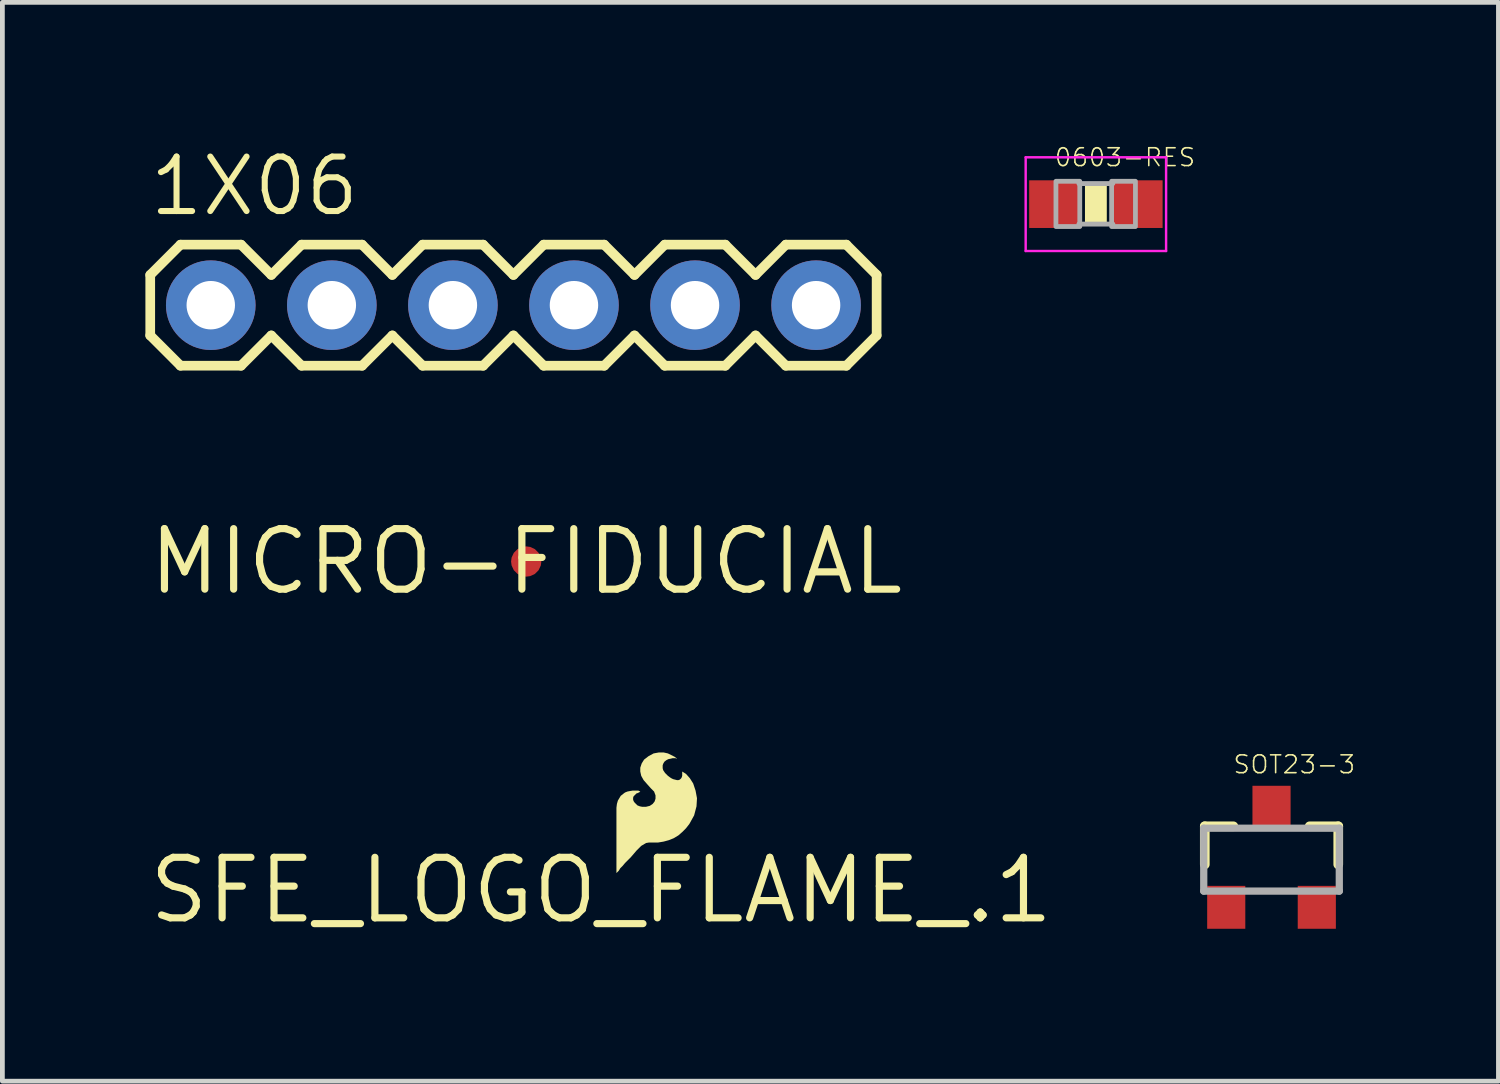
<source format=kicad_pcb>
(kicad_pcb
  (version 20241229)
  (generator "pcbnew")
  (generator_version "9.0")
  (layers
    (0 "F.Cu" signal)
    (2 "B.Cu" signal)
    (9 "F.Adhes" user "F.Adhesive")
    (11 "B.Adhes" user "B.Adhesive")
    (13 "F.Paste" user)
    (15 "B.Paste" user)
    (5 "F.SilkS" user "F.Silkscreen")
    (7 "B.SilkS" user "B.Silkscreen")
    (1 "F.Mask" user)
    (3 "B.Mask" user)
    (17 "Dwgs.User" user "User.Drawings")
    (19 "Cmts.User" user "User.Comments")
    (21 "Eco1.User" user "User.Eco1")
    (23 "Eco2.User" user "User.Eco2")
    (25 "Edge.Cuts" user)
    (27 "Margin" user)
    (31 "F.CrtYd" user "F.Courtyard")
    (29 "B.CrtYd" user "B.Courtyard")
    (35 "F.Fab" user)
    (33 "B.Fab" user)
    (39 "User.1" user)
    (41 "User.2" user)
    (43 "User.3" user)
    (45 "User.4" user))
  (footprint "0603-RES"
    (layer "F.Cu")
    (at 19.942 1.233)
    (property "Reference" "0603-RES" (at -0.889 -0.762 0) (layer "F.SilkS") (effects (font (size 0.374 0.374) (thickness 0.033)) (justify left bottom)))
    (fp_poly (pts (xy -0.229 0.381) (xy 0.229 0.381) (xy 0.229 -0.381) (xy -0.229 -0.381)) (stroke (width 0) (type solid)) (fill yes) (layer "F.SilkS"))
    (fp_poly (pts (xy -0.2 0.3) (xy 0.2 0.3) (xy 0.2 -0.3) (xy -0.2 -0.3)) (stroke (width 0) (type solid)) (fill yes) (layer "F.Adhes"))
    (fp_line (start -1.473 -0.983) (end 1.473 -0.983) (stroke (width 0.051) (type solid)) (layer "F.CrtYd"))
    (fp_line (start -1.473 0.983) (end -1.473 -0.983) (stroke (width 0.051) (type solid)) (layer "F.CrtYd"))
    (fp_line (start 1.473 -0.983) (end 1.473 0.983) (stroke (width 0.051) (type solid)) (layer "F.CrtYd"))
    (fp_line (start 1.473 0.983) (end -1.473 0.983) (stroke (width 0.051) (type solid)) (layer "F.CrtYd"))
    (fp_line (start -0.356 -0.432) (end 0.356 -0.432) (stroke (width 0.102) (type solid)) (layer "F.Fab"))
    (fp_line (start -0.356 0.419) (end 0.356 0.419) (stroke (width 0.102) (type solid)) (layer "F.Fab"))
    (fp_poly (pts (xy -0.838 0.47) (xy -0.338 0.47) (xy -0.338 -0.48) (xy -0.838 -0.48)) (stroke (width 0.1) (type solid)) (fill no) (layer "F.Fab"))
    (fp_poly (pts (xy 0.33 0.47) (xy 0.83 0.47) (xy 0.83 -0.48) (xy 0.33 -0.48)) (stroke (width 0.1) (type solid)) (fill no) (layer "F.Fab"))
    (pad "1" smd rect (at -0.85 0) (size 1.1 1) (layers "F.Cu" "F.Mask" "F.Paste"))
    (pad "2" smd rect (at 0.85 0) (size 1.1 1) (layers "F.Cu" "F.Mask" "F.Paste")))
  (footprint "1X06"
    (layer "F.Cu")
    (at 1.372 3.353)
    (property "Reference" "1X06" (at -1.346 -1.829 0) (layer "F.SilkS") (effects (font (size 1.143 1.143) (thickness 0.127)) (justify left bottom)))
    (fp_line (start -1.27 -0.635) (end -1.27 0.635) (stroke (width 0.203) (type solid)) (layer "F.SilkS"))
    (fp_line (start -1.27 0.635) (end -0.635 1.27) (stroke (width 0.203) (type solid)) (layer "F.SilkS"))
    (fp_line (start -0.635 -1.27) (end -1.27 -0.635) (stroke (width 0.203) (type solid)) (layer "F.SilkS"))
    (fp_line (start -0.635 -1.27) (end 0.635 -1.27) (stroke (width 0.203) (type solid)) (layer "F.SilkS"))
    (fp_line (start 0.635 -1.27) (end 1.27 -0.635) (stroke (width 0.203) (type solid)) (layer "F.SilkS"))
    (fp_line (start 0.635 1.27) (end -0.635 1.27) (stroke (width 0.203) (type solid)) (layer "F.SilkS"))
    (fp_line (start 1.27 -0.635) (end 1.905 -1.27) (stroke (width 0.203) (type solid)) (layer "F.SilkS"))
    (fp_line (start 1.27 0.635) (end 0.635 1.27) (stroke (width 0.203) (type solid)) (layer "F.SilkS"))
    (fp_line (start 1.905 -1.27) (end 3.175 -1.27) (stroke (width 0.203) (type solid)) (layer "F.SilkS"))
    (fp_line (start 1.905 1.27) (end 1.27 0.635) (stroke (width 0.203) (type solid)) (layer "F.SilkS"))
    (fp_line (start 3.175 -1.27) (end 3.81 -0.635) (stroke (width 0.203) (type solid)) (layer "F.SilkS"))
    (fp_line (start 3.175 1.27) (end 1.905 1.27) (stroke (width 0.203) (type solid)) (layer "F.SilkS"))
    (fp_line (start 3.81 -0.635) (end 4.445 -1.27) (stroke (width 0.203) (type solid)) (layer "F.SilkS"))
    (fp_line (start 3.81 0.635) (end 3.175 1.27) (stroke (width 0.203) (type solid)) (layer "F.SilkS"))
    (fp_line (start 4.445 -1.27) (end 5.715 -1.27) (stroke (width 0.203) (type solid)) (layer "F.SilkS"))
    (fp_line (start 4.445 1.27) (end 3.81 0.635) (stroke (width 0.203) (type solid)) (layer "F.SilkS"))
    (fp_line (start 5.715 -1.27) (end 6.35 -0.635) (stroke (width 0.203) (type solid)) (layer "F.SilkS"))
    (fp_line (start 5.715 1.27) (end 4.445 1.27) (stroke (width 0.203) (type solid)) (layer "F.SilkS"))
    (fp_line (start 6.35 0.635) (end 5.715 1.27) (stroke (width 0.203) (type solid)) (layer "F.SilkS"))
    (fp_line (start 6.35 0.635) (end 6.985 1.27) (stroke (width 0.203) (type solid)) (layer "F.SilkS"))
    (fp_line (start 6.985 -1.27) (end 6.35 -0.635) (stroke (width 0.203) (type solid)) (layer "F.SilkS"))
    (fp_line (start 6.985 -1.27) (end 8.255 -1.27) (stroke (width 0.203) (type solid)) (layer "F.SilkS"))
    (fp_line (start 8.255 -1.27) (end 8.89 -0.635) (stroke (width 0.203) (type solid)) (layer "F.SilkS"))
    (fp_line (start 8.255 1.27) (end 6.985 1.27) (stroke (width 0.203) (type solid)) (layer "F.SilkS"))
    (fp_line (start 8.89 -0.635) (end 9.525 -1.27) (stroke (width 0.203) (type solid)) (layer "F.SilkS"))
    (fp_line (start 8.89 0.635) (end 8.255 1.27) (stroke (width 0.203) (type solid)) (layer "F.SilkS"))
    (fp_line (start 9.525 -1.27) (end 10.795 -1.27) (stroke (width 0.203) (type solid)) (layer "F.SilkS"))
    (fp_line (start 9.525 1.27) (end 8.89 0.635) (stroke (width 0.203) (type solid)) (layer "F.SilkS"))
    (fp_line (start 10.795 -1.27) (end 11.43 -0.635) (stroke (width 0.203) (type solid)) (layer "F.SilkS"))
    (fp_line (start 10.795 1.27) (end 9.525 1.27) (stroke (width 0.203) (type solid)) (layer "F.SilkS"))
    (fp_line (start 11.43 -0.635) (end 12.065 -1.27) (stroke (width 0.203) (type solid)) (layer "F.SilkS"))
    (fp_line (start 11.43 0.635) (end 10.795 1.27) (stroke (width 0.203) (type solid)) (layer "F.SilkS"))
    (fp_line (start 12.065 -1.27) (end 13.335 -1.27) (stroke (width 0.203) (type solid)) (layer "F.SilkS"))
    (fp_line (start 12.065 1.27) (end 11.43 0.635) (stroke (width 0.203) (type solid)) (layer "F.SilkS"))
    (fp_line (start 13.335 -1.27) (end 13.97 -0.635) (stroke (width 0.203) (type solid)) (layer "F.SilkS"))
    (fp_line (start 13.335 1.27) (end 12.065 1.27) (stroke (width 0.203) (type solid)) (layer "F.SilkS"))
    (fp_line (start 13.97 -0.635) (end 13.97 0.635) (stroke (width 0.203) (type solid)) (layer "F.SilkS"))
    (fp_line (start 13.97 0.635) (end 13.335 1.27) (stroke (width 0.203) (type solid)) (layer "F.SilkS"))
    (fp_poly (pts (xy -0.254 0.254) (xy 0.254 0.254) (xy 0.254 -0.254) (xy -0.254 -0.254)) (stroke (width 0.1) (type solid)) (fill no) (layer "F.Fab"))
    (fp_poly (pts (xy 2.286 0.254) (xy 2.794 0.254) (xy 2.794 -0.254) (xy 2.286 -0.254)) (stroke (width 0.1) (type solid)) (fill no) (layer "F.Fab"))
    (fp_poly (pts (xy 4.826 0.254) (xy 5.334 0.254) (xy 5.334 -0.254) (xy 4.826 -0.254)) (stroke (width 0.1) (type solid)) (fill no) (layer "F.Fab"))
    (fp_poly (pts (xy 7.366 0.254) (xy 7.874 0.254) (xy 7.874 -0.254) (xy 7.366 -0.254)) (stroke (width 0.1) (type solid)) (fill no) (layer "F.Fab"))
    (fp_poly (pts (xy 9.906 0.254) (xy 10.414 0.254) (xy 10.414 -0.254) (xy 9.906 -0.254)) (stroke (width 0.1) (type solid)) (fill no) (layer "F.Fab"))
    (fp_poly (pts (xy 12.446 0.254) (xy 12.954 0.254) (xy 12.954 -0.254) (xy 12.446 -0.254)) (stroke (width 0.1) (type solid)) (fill no) (layer "F.Fab"))
    (pad "1" thru_hole circle (at 0 0 90) (size 1.88 1.88) (drill 1.016) (layers "*.Cu" "*.Mask"))
    (pad "2" thru_hole circle (at 2.54 0 90) (size 1.88 1.88) (drill 1.016) (layers "*.Cu" "*.Mask"))
    (pad "3" thru_hole circle (at 5.08 0 90) (size 1.88 1.88) (drill 1.016) (layers "*.Cu" "*.Mask"))
    (pad "4" thru_hole circle (at 7.62 0 90) (size 1.88 1.88) (drill 1.016) (layers "*.Cu" "*.Mask"))
    (pad "5" thru_hole circle (at 10.16 0 90) (size 1.88 1.88) (drill 1.016) (layers "*.Cu" "*.Mask"))
    (pad "6" thru_hole circle (at 12.7 0 90) (size 1.88 1.88) (drill 1.016) (layers "*.Cu" "*.Mask")))
  (footprint "SFE_LOGO_FLAME_.1"
    (layer "F.Cu")
    (at 9.563 15.627)
    (property "Reference" "SFE_LOGO_FLAME_.1" (at 0 0 0) (layer "F.SilkS") (effects (font (size 1.27 1.27) (thickness 0.15))))
    (fp_poly (pts (xy 1.4 -2.87) (xy 1.54 -2.8) (xy 1.58 -2.77) (xy 1.59 -2.76) (xy 1.58 -2.76) (xy 1.56 -2.77) (xy 1.5 -2.77) (xy 1.46 -2.76) (xy 1.41 -2.75) (xy 1.37 -2.73) (xy 1.33 -2.7) (xy 1.31 -2.67) (xy 1.3 -2.65) (xy 1.29 -2.62) (xy 1.29 -2.56) (xy 1.3 -2.52) (xy 1.34 -2.46) (xy 1.4 -2.4) (xy 1.44 -2.37) (xy 1.47 -2.35) (xy 1.51 -2.33) (xy 1.59 -2.31) (xy 1.62 -2.31) (xy 1.65 -2.32) (xy 1.68 -2.35) (xy 1.69 -2.37) (xy 1.7 -2.4) (xy 1.7 -2.49) (xy 1.78 -2.44) (xy 1.86 -2.35) (xy 1.93 -2.24) (xy 1.98 -2.09) (xy 2.01 -1.93) (xy 2 -1.76) (xy 1.95 -1.57) (xy 1.85 -1.39) (xy 1.78 -1.3) (xy 1.7 -1.22) (xy 1.62 -1.15) (xy 1.52 -1.09) (xy 1.42 -1.05) (xy 1.31 -1.02) (xy 1.19 -1) (xy 1 -1) (xy 0.94 -0.99) (xy 0.84 -0.93) (xy 0.74 -0.83) (xy 0.62 -0.69) (xy 0.5 -0.57) (xy 0.45 -0.51) (xy 0.4 -0.46) (xy 0.37 -0.41) (xy 0.32 -0.36) (xy 0.32 -1.73) (xy 0.33 -1.81) (xy 0.35 -1.88) (xy 0.41 -1.98) (xy 0.46 -2.02) (xy 0.5 -2.05) (xy 0.55 -2.07) (xy 0.6 -2.08) (xy 0.66 -2.09) (xy 0.78 -2.09) (xy 0.82 -2.07) (xy 0.81 -2.06) (xy 0.77 -2.04) (xy 0.74 -2.03) (xy 0.68 -1.97) (xy 0.67 -1.94) (xy 0.67 -1.9) (xy 0.68 -1.87) (xy 0.7 -1.84) (xy 0.76 -1.78) (xy 0.81 -1.76) (xy 0.86 -1.75) (xy 0.94 -1.75) (xy 1.02 -1.77) (xy 1.08 -1.81) (xy 1.12 -1.86) (xy 1.14 -1.92) (xy 1.14 -1.99) (xy 1.11 -2.07) (xy 1.04 -2.14) (xy 0.96 -2.23) (xy 0.89 -2.31) (xy 0.84 -2.4) (xy 0.82 -2.49) (xy 0.82 -2.57) (xy 0.85 -2.66) (xy 0.9 -2.74) (xy 0.99 -2.81) (xy 1.1 -2.87) (xy 1.21 -2.89) (xy 1.31 -2.89)) (stroke (width 0) (type solid)) (fill yes) (layer "F.SilkS")))
  (footprint "SOT23-3"
    (layer "F.Cu")
    (at 23.627 14.986)
    (property "Reference" "SOT23-3" (at -0.826 -1.778 0) (layer "F.SilkS") (effects (font (size 0.374 0.374) (thickness 0.033)) (justify left bottom)))
    (fp_line (start -1.4 -0.7) (end -1.4 0.1) (stroke (width 0.203) (type solid)) (layer "F.SilkS"))
    (fp_line (start -0.8 -0.7) (end -1.4 -0.7) (stroke (width 0.203) (type solid)) (layer "F.SilkS"))
    (fp_line (start 0.8 -0.7) (end 1.4 -0.7) (stroke (width 0.203) (type solid)) (layer "F.SilkS"))
    (fp_line (start 1.4 -0.7) (end 1.4 0.1) (stroke (width 0.203) (type solid)) (layer "F.SilkS"))
    (fp_line (start -1.422 -0.66) (end 1.422 -0.66) (stroke (width 0.152) (type solid)) (layer "F.Fab"))
    (fp_line (start -1.422 0.66) (end -1.422 -0.66) (stroke (width 0.152) (type solid)) (layer "F.Fab"))
    (fp_line (start 1.422 -0.66) (end 1.422 0.66) (stroke (width 0.152) (type solid)) (layer "F.Fab"))
    (fp_line (start 1.422 0.66) (end -1.422 0.66) (stroke (width 0.152) (type solid)) (layer "F.Fab"))
    (pad "1" smd rect (at -0.95 1) (size 0.8 0.9) (layers "F.Cu" "F.Mask" "F.Paste"))
    (pad "2" smd rect (at 0.95 1) (size 0.8 0.9) (layers "F.Cu" "F.Mask" "F.Paste"))
    (pad "3" smd rect (at 0 -1.1) (size 0.8 0.9) (layers "F.Cu" "F.Mask" "F.Paste")))
  (footprint "MICRO-FIDUCIAL"
    (layer "F.Cu")
    (at 7.99 8.731)
    (property "Reference" "MICRO-FIDUCIAL" (at 0 0 0) (layer "F.SilkS") (effects (font (size 1.27 1.27) (thickness 0.15))))
    (pad "1" smd roundrect (at 0 0) (size 0.635 0.635) (layers "F.Cu" "F.Mask") (roundrect_rratio 0.5)))
  (gr_rect
    (start -3 -3)
    (end 28.388 19.633)
    (stroke (width 0.1) (type default))
    (fill no)
    (layer "Edge.Cuts")))
</source>
